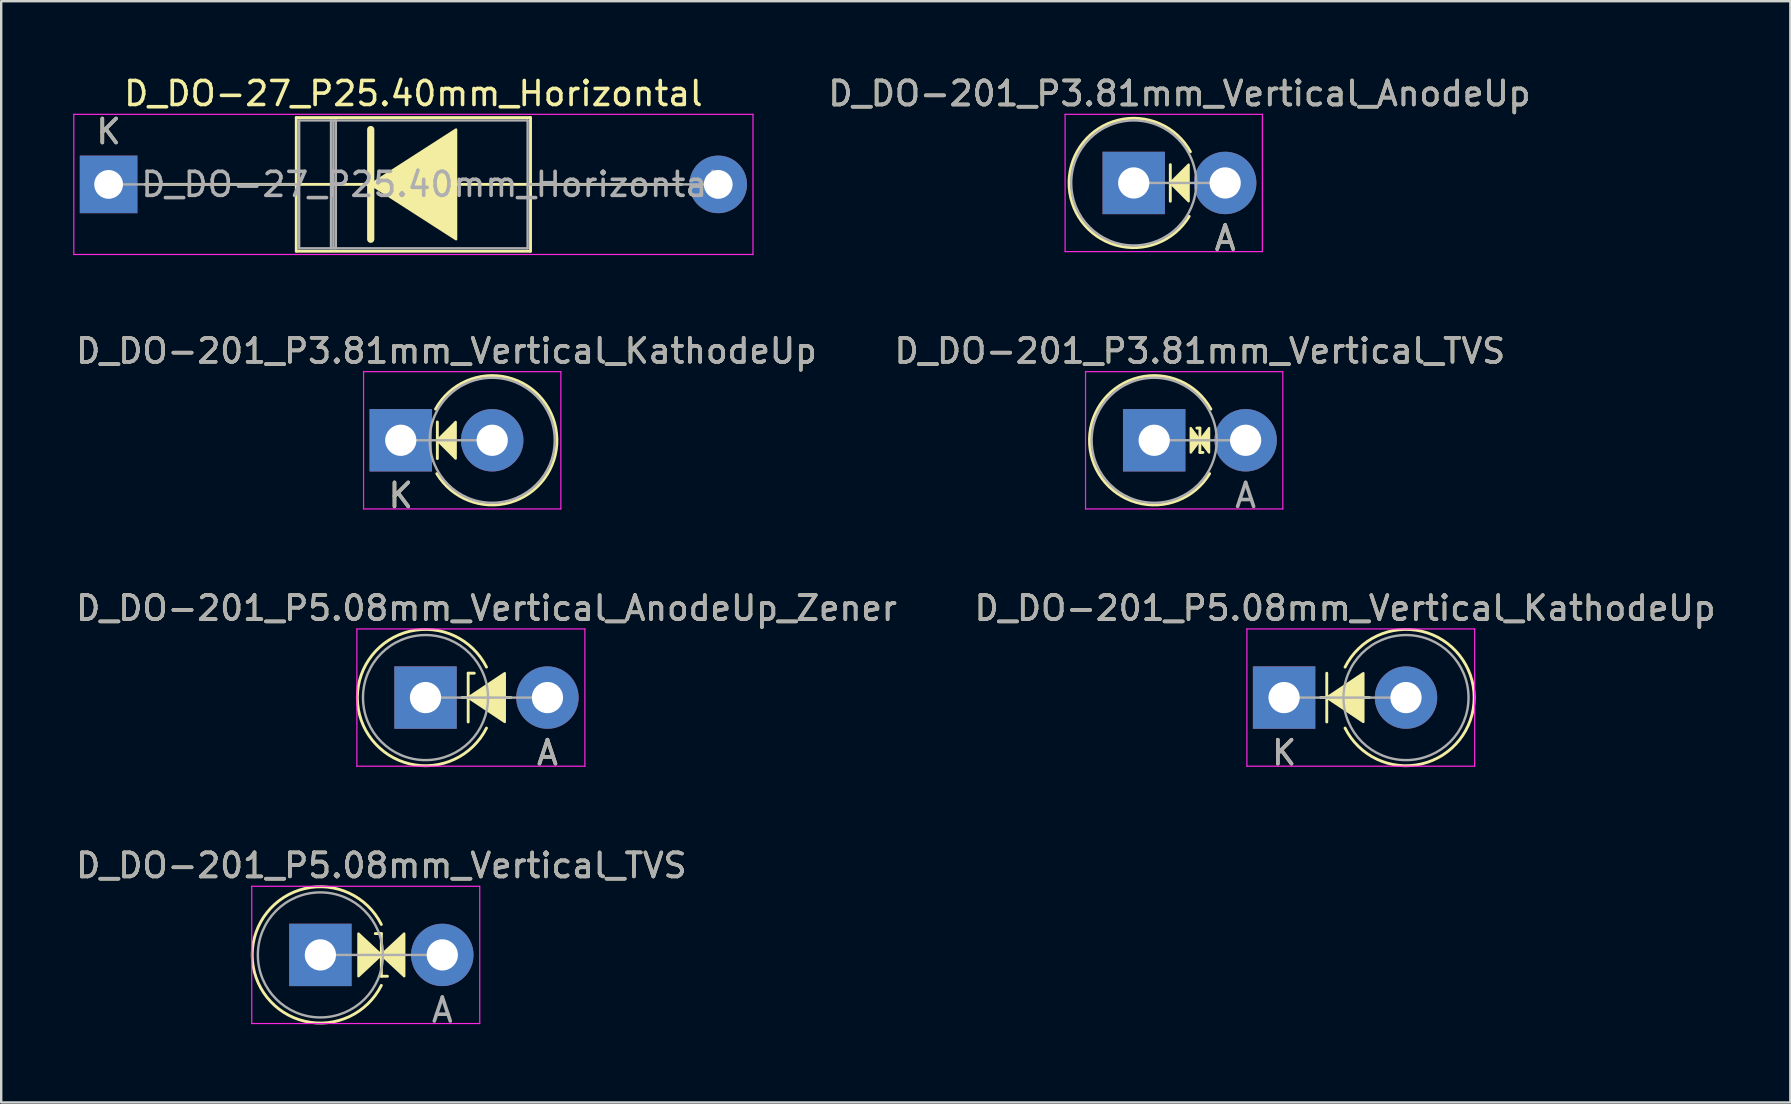
<source format=kicad_pcb>
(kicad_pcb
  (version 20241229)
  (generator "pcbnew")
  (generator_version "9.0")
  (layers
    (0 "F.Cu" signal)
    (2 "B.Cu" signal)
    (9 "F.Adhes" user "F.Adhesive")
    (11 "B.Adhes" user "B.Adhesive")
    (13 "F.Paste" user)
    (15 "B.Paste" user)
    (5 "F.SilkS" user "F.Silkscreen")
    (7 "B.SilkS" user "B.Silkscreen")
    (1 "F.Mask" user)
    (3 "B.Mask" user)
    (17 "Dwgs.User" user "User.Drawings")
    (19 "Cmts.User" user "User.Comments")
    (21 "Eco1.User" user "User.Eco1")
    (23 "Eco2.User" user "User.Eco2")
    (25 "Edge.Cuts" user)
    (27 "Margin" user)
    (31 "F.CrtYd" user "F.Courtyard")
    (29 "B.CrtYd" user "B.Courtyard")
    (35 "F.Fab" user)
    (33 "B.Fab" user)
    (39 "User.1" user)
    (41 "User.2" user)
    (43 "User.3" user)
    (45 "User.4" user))
  (footprint "D_DO-201_P3.81mm_Vertical_KathodeUp"
    (layer "F.Cu")
    (at 13.649 15.295)
    (property "Reference" "D_DO-201_P3.81mm_Vertical_KathodeUp" (at 1.905 -3.725 0) (layer "F.SilkS") (effects (font (size 1 1) (thickness 0.15))))
    (attr through_hole)
    (fp_line (start 1.524 -0.762) (end 1.524 0.762) (stroke (width 0.12) (type solid)) (layer "F.SilkS"))
    (fp_arc (start 1.448639 -1.3) (mid 6.505054 -0.052035) (end 1.50058 1.390181) (stroke (width 0.12) (type solid)) (layer "F.SilkS"))
    (fp_poly (pts (xy 2.286 0.762) (xy 1.524 0) (xy 2.286 -0.762)) (stroke (width 0.1) (type solid)) (fill yes) (layer "F.SilkS"))
    (fp_line (start -1.55 -2.86) (end -1.55 2.86) (stroke (width 0.05) (type solid)) (layer "F.CrtYd"))
    (fp_line (start -1.55 2.86) (end 6.67 2.86) (stroke (width 0.05) (type solid)) (layer "F.CrtYd"))
    (fp_line (start 6.67 -2.86) (end -1.55 -2.86) (stroke (width 0.05) (type solid)) (layer "F.CrtYd"))
    (fp_line (start 6.67 2.86) (end 6.67 -2.86) (stroke (width 0.05) (type solid)) (layer "F.CrtYd"))
    (fp_line (start 0 0) (end 3.81 0) (stroke (width 0.1) (type solid)) (layer "F.Fab"))
    (fp_circle (center 3.81 0) (end 6.415 0) (stroke (width 0.1) (type solid)) (fill no) (layer "F.Fab"))
    (fp_text user "K" (at 0 2.3 0) (layer "F.SilkS") (effects (font (size 1 1) (thickness 0.15))))
    (fp_text user "K" (at 0 2.3 0) (layer "F.Fab") (effects (font (size 1 1) (thickness 0.15))))
    (fp_text user "${REFERENCE}" (at 1.905 -3.725 0) (layer "F.Fab") (effects (font (size 1 1) (thickness 0.15))))
    (pad "1" thru_hole rect (at 0 0) (size 2.6 2.6) (drill 1.3) (layers "*.Cu" "*.Mask"))
    (pad "2" thru_hole oval (at 3.81 0) (size 2.6 2.6) (drill 1.3) (layers "*.Cu" "*.Mask")))
  (footprint "D_DO-201_P3.81mm_Vertical_AnodeUp"
    (layer "F.Cu")
    (at 44.189 4.573)
    (property "Reference" "D_DO-201_P3.81mm_Vertical_AnodeUp" (at 1.905 -3.725 0) (layer "F.SilkS") (effects (font (size 1 1) (thickness 0.15))))
    (attr through_hole)
    (fp_line (start 1.524 -0.762) (end 1.524 0.762) (stroke (width 0.12) (type solid)) (layer "F.SilkS"))
    (fp_arc (start 2.30942 1.390181) (mid -2.695054 -0.052035) (end 2.361361 -1.3) (stroke (width 0.12) (type solid)) (layer "F.SilkS"))
    (fp_poly (pts (xy 2.286 0.762) (xy 1.524 0) (xy 2.286 -0.762)) (stroke (width 0.1) (type solid)) (fill yes) (layer "F.SilkS"))
    (fp_line (start -2.86 -2.86) (end -2.86 2.86) (stroke (width 0.05) (type solid)) (layer "F.CrtYd"))
    (fp_line (start -2.86 2.86) (end 5.36 2.86) (stroke (width 0.05) (type solid)) (layer "F.CrtYd"))
    (fp_line (start 5.36 -2.86) (end -2.86 -2.86) (stroke (width 0.05) (type solid)) (layer "F.CrtYd"))
    (fp_line (start 5.36 2.86) (end 5.36 -2.86) (stroke (width 0.05) (type solid)) (layer "F.CrtYd"))
    (fp_line (start 0 0) (end 3.81 0) (stroke (width 0.1) (type solid)) (layer "F.Fab"))
    (fp_circle (center 0 0) (end 2.605 0) (stroke (width 0.1) (type solid)) (fill no) (layer "F.Fab"))
    (fp_text user "A" (at 3.81 2.3 0) (layer "F.SilkS") (effects (font (size 1 1) (thickness 0.15))))
    (fp_text user "A" (at 3.81 2.3 0) (layer "F.Fab") (effects (font (size 1 1) (thickness 0.15))))
    (fp_text user "${REFERENCE}" (at 1.905 -3.725 0) (layer "F.Fab") (effects (font (size 1 1) (thickness 0.15))))
    (pad "1" thru_hole rect (at 0 0) (size 2.6 2.6) (drill 1.3) (layers "*.Cu" "*.Mask"))
    (pad "2" thru_hole oval (at 3.81 0) (size 2.6 2.6) (drill 1.3) (layers "*.Cu" "*.Mask")))
  (footprint "D_DO-201_P5.08mm_Vertical_KathodeUp"
    (layer "F.Cu")
    (at 50.454 26.016)
    (property "Reference" "D_DO-201_P5.08mm_Vertical_KathodeUp" (at 2.54 -3.725 0) (layer "F.SilkS") (effects (font (size 1 1) (thickness 0.15))))
    (attr through_hole)
    (fp_line (start 1.524 0) (end 3.556 0) (stroke (width 0.12) (type solid)) (layer "F.SilkS"))
    (fp_line (start 1.778 1.016) (end 1.778 -1.016) (stroke (width 0.12) (type solid)) (layer "F.SilkS"))
    (fp_arc (start 2.539999 -1.269999) (mid 7.919803 0.000001) (end 2.539999 1.27) (stroke (width 0.12) (type solid)) (layer "F.SilkS"))
    (fp_poly (pts (xy 3.302 1.016) (xy 1.778 0) (xy 3.302 -1.016)) (stroke (width 0.1) (type solid)) (fill yes) (layer "F.SilkS"))
    (fp_line (start -1.55 -2.86) (end -1.55 2.86) (stroke (width 0.05) (type solid)) (layer "F.CrtYd"))
    (fp_line (start -1.55 2.86) (end 7.94 2.86) (stroke (width 0.05) (type solid)) (layer "F.CrtYd"))
    (fp_line (start 7.94 -2.86) (end -1.55 -2.86) (stroke (width 0.05) (type solid)) (layer "F.CrtYd"))
    (fp_line (start 7.94 2.86) (end 7.94 -2.86) (stroke (width 0.05) (type solid)) (layer "F.CrtYd"))
    (fp_line (start 0 0) (end 5.08 0) (stroke (width 0.1) (type solid)) (layer "F.Fab"))
    (fp_circle (center 5.08 0) (end 7.685 0) (stroke (width 0.1) (type solid)) (fill no) (layer "F.Fab"))
    (fp_text user "K" (at 0 2.3 0) (layer "F.SilkS") (effects (font (size 1 1) (thickness 0.15))))
    (fp_text user "${REFERENCE}" (at 2.54 -3.725 0) (layer "F.Fab") (effects (font (size 1 1) (thickness 0.15))))
    (fp_text user "K" (at 0 2.3 0) (layer "F.Fab") (effects (font (size 1 1) (thickness 0.15))))
    (pad "1" thru_hole rect (at 0 0) (size 2.6 2.6) (drill 1.3) (layers "*.Cu" "*.Mask"))
    (pad "2" thru_hole oval (at 5.08 0) (size 2.6 2.6) (drill 1.3) (layers "*.Cu" "*.Mask")))
  (footprint "D_DO-201_P5.08mm_Vertical_TVS"
    (layer "F.Cu")
    (at 10.299 36.738)
    (property "Reference" "D_DO-201_P5.08mm_Vertical_TVS" (at 2.54 -3.725 0) (layer "F.SilkS") (effects (font (size 1 1) (thickness 0.15))))
    (attr through_hole)
    (fp_line (start 2.54 -0.889) (end 2.286 -0.889) (stroke (width 0.12) (type solid)) (layer "F.SilkS"))
    (fp_line (start 2.54 -0.889) (end 2.54 0.889) (stroke (width 0.12) (type solid)) (layer "F.SilkS"))
    (fp_line (start 2.54 0.889) (end 2.794 0.889) (stroke (width 0.12) (type solid)) (layer "F.SilkS"))
    (fp_arc (start 2.539999 1.27) (mid -2.839805 0) (end 2.539999 -1.269999) (stroke (width 0.12) (type solid)) (layer "F.SilkS"))
    (fp_poly (pts (xy 1.587 -0.889) (xy 2.54 0) (xy 1.587 0.889)) (stroke (width 0.1) (type solid)) (fill yes) (layer "F.SilkS"))
    (fp_poly (pts (xy 3.493 0.889) (xy 2.54 0) (xy 3.493 -0.889)) (stroke (width 0.1) (type solid)) (fill yes) (layer "F.SilkS"))
    (fp_line (start -2.86 -2.86) (end -2.86 2.86) (stroke (width 0.05) (type solid)) (layer "F.CrtYd"))
    (fp_line (start -2.86 2.86) (end 6.64 2.86) (stroke (width 0.05) (type solid)) (layer "F.CrtYd"))
    (fp_line (start 6.64 -2.86) (end -2.86 -2.86) (stroke (width 0.05) (type solid)) (layer "F.CrtYd"))
    (fp_line (start 6.64 2.86) (end 6.64 -2.86) (stroke (width 0.05) (type solid)) (layer "F.CrtYd"))
    (fp_line (start 0 0) (end 5.08 0) (stroke (width 0.1) (type solid)) (layer "F.Fab"))
    (fp_circle (center 0 0) (end 2.605 0) (stroke (width 0.1) (type solid)) (fill no) (layer "F.Fab"))
    (fp_text user "${REFERENCE}" (at 2.54 -3.725 0) (layer "F.Fab") (effects (font (size 1 1) (thickness 0.15))))
    (fp_text user "A" (at 5.08 2.3 0) (layer "F.Fab") (effects (font (size 1 1) (thickness 0.15))))
    (pad "1" thru_hole rect (at 0 0) (size 2.6 2.6) (drill 1.3) (layers "*.Cu" "*.Mask"))
    (pad "2" thru_hole oval (at 5.08 0) (size 2.6 2.6) (drill 1.3) (layers "*.Cu" "*.Mask")))
  (footprint "D_DO-27_P25.40mm_Horizontal"
    (layer "F.Cu")
    (at 1.475 4.633)
    (property "Reference" "D_DO-27_P25.40mm_Horizontal" (at 12.7 -3.785 0) (layer "F.SilkS") (effects (font (size 1 1) (thickness 0.15))))
    (attr through_hole)
    (fp_line (start 1.524 0) (end 7.82 0) (stroke (width 0.12) (type solid)) (layer "F.SilkS"))
    (fp_line (start 7.82 -2.785) (end 7.82 2.785) (stroke (width 0.12) (type solid)) (layer "F.SilkS"))
    (fp_line (start 7.82 2.785) (end 17.58 2.785) (stroke (width 0.12) (type solid)) (layer "F.SilkS"))
    (fp_line (start 10.922 -2.286) (end 10.922 2.286) (stroke (width 0.3) (type solid)) (layer "F.SilkS"))
    (fp_line (start 10.922 0) (end 7.82 0) (stroke (width 0.12) (type solid)) (layer "F.SilkS"))
    (fp_line (start 14.351 0) (end 17.58 0) (stroke (width 0.12) (type solid)) (layer "F.SilkS"))
    (fp_line (start 17.58 -2.785) (end 7.82 -2.785) (stroke (width 0.12) (type solid)) (layer "F.SilkS"))
    (fp_line (start 17.58 2.785) (end 17.58 -2.785) (stroke (width 0.12) (type solid)) (layer "F.SilkS"))
    (fp_line (start 23.876 0) (end 17.58 0) (stroke (width 0.12) (type solid)) (layer "F.SilkS"))
    (fp_poly (pts (xy 14.478 2.286) (xy 10.922 0) (xy 14.478 -2.286)) (stroke (width 0.1) (type solid)) (fill yes) (layer "F.SilkS"))
    (fp_line (start -1.45 -2.92) (end -1.45 2.92) (stroke (width 0.05) (type solid)) (layer "F.CrtYd"))
    (fp_line (start -1.45 2.92) (end 26.85 2.92) (stroke (width 0.05) (type solid)) (layer "F.CrtYd"))
    (fp_line (start 26.85 -2.92) (end -1.45 -2.92) (stroke (width 0.05) (type solid)) (layer "F.CrtYd"))
    (fp_line (start 26.85 2.92) (end 26.85 -2.92) (stroke (width 0.05) (type solid)) (layer "F.CrtYd"))
    (fp_line (start 0 0) (end 7.94 0) (stroke (width 0.1) (type solid)) (layer "F.Fab"))
    (fp_line (start 7.94 -2.665) (end 7.94 2.665) (stroke (width 0.1) (type solid)) (layer "F.Fab"))
    (fp_line (start 7.94 2.665) (end 17.46 2.665) (stroke (width 0.1) (type solid)) (layer "F.Fab"))
    (fp_line (start 9.268 -2.665) (end 9.268 2.665) (stroke (width 0.1) (type solid)) (layer "F.Fab"))
    (fp_line (start 9.368 -2.665) (end 9.368 2.665) (stroke (width 0.1) (type solid)) (layer "F.Fab"))
    (fp_line (start 9.468 -2.665) (end 9.468 2.665) (stroke (width 0.1) (type solid)) (layer "F.Fab"))
    (fp_line (start 17.46 -2.665) (end 7.94 -2.665) (stroke (width 0.1) (type solid)) (layer "F.Fab"))
    (fp_line (start 17.46 2.665) (end 17.46 -2.665) (stroke (width 0.1) (type solid)) (layer "F.Fab"))
    (fp_line (start 25.4 0) (end 17.46 0) (stroke (width 0.1) (type solid)) (layer "F.Fab"))
    (fp_text user "K" (at 0 -2.2 0) (layer "F.SilkS") (effects (font (size 1 1) (thickness 0.15))))
    (fp_text user "K" (at 0 -2.2 0) (layer "F.Fab") (effects (font (size 1 1) (thickness 0.15))))
    (fp_text user "${REFERENCE}" (at 13.414 0 0) (layer "F.Fab") (effects (font (size 1 1) (thickness 0.15))))
    (pad "1" thru_hole rect (at 0 0) (size 2.4 2.4) (drill 1.2) (layers "*.Cu" "*.Mask"))
    (pad "2" thru_hole oval (at 25.4 0) (size 2.4 2.4) (drill 1.2) (layers "*.Cu" "*.Mask")))
  (footprint "D_DO-201_P5.08mm_Vertical_AnodeUp_Zener"
    (layer "F.Cu")
    (at 14.68 26.016)
    (property "Reference" "D_DO-201_P5.08mm_Vertical_AnodeUp_Zener" (at 2.54 -3.725 0) (layer "F.SilkS") (effects (font (size 1 1) (thickness 0.15))))
    (attr through_hole)
    (fp_line (start 1.524 0) (end 3.556 0) (stroke (width 0.12) (type solid)) (layer "F.SilkS"))
    (fp_line (start 1.778 -1.016) (end 2.032 -1.016) (stroke (width 0.12) (type solid)) (layer "F.SilkS"))
    (fp_line (start 1.778 1.016) (end 1.778 -1.016) (stroke (width 0.12) (type solid)) (layer "F.SilkS"))
    (fp_arc (start 2.539999 1.27) (mid -2.839805 0) (end 2.539999 -1.269999) (stroke (width 0.12) (type solid)) (layer "F.SilkS"))
    (fp_poly (pts (xy 3.302 1.016) (xy 1.778 0) (xy 3.302 -1.016)) (stroke (width 0.1) (type solid)) (fill yes) (layer "F.SilkS"))
    (fp_line (start -2.86 -2.86) (end -2.86 2.86) (stroke (width 0.05) (type solid)) (layer "F.CrtYd"))
    (fp_line (start -2.86 2.86) (end 6.64 2.86) (stroke (width 0.05) (type solid)) (layer "F.CrtYd"))
    (fp_line (start 6.64 -2.86) (end -2.86 -2.86) (stroke (width 0.05) (type solid)) (layer "F.CrtYd"))
    (fp_line (start 6.64 2.86) (end 6.64 -2.86) (stroke (width 0.05) (type solid)) (layer "F.CrtYd"))
    (fp_line (start 0 0) (end 5.08 0) (stroke (width 0.1) (type solid)) (layer "F.Fab"))
    (fp_circle (center 0 0) (end 2.605 0) (stroke (width 0.1) (type solid)) (fill no) (layer "F.Fab"))
    (fp_text user "A" (at 5.08 2.3 0) (layer "F.SilkS") (effects (font (size 1 1) (thickness 0.15))))
    (fp_text user "${REFERENCE}" (at 2.54 -3.725 0) (layer "F.Fab") (effects (font (size 1 1) (thickness 0.15))))
    (fp_text user "A" (at 5.08 2.3 0) (layer "F.Fab") (effects (font (size 1 1) (thickness 0.15))))
    (pad "1" thru_hole rect (at 0 0) (size 2.6 2.6) (drill 1.3) (layers "*.Cu" "*.Mask"))
    (pad "2" thru_hole oval (at 5.08 0) (size 2.6 2.6) (drill 1.3) (layers "*.Cu" "*.Mask")))
  (footprint "D_DO-201_P3.81mm_Vertical_TVS"
    (layer "F.Cu")
    (at 45.041 15.295)
    (property "Reference" "D_DO-201_P3.81mm_Vertical_TVS" (at 1.905 -3.725 0) (layer "F.SilkS") (effects (font (size 1 1) (thickness 0.15))))
    (attr through_hole)
    (fp_line (start 1.778 -0.508) (end 1.905 -0.508) (stroke (width 0.12) (type solid)) (layer "F.SilkS"))
    (fp_line (start 1.905 -0.508) (end 1.905 0.508) (stroke (width 0.12) (type solid)) (layer "F.SilkS"))
    (fp_line (start 1.905 0.508) (end 2.032 0.508) (stroke (width 0.12) (type solid)) (layer "F.SilkS"))
    (fp_arc (start 2.30942 1.390181) (mid -2.695054 -0.052035) (end 2.361361 -1.3) (stroke (width 0.12) (type solid)) (layer "F.SilkS"))
    (fp_poly (pts (xy 1.524 -0.508) (xy 1.905 0) (xy 1.524 0.508)) (stroke (width 0.1) (type solid)) (fill yes) (layer "F.SilkS"))
    (fp_poly (pts (xy 2.286 0.508) (xy 1.905 0) (xy 2.286 -0.508)) (stroke (width 0.1) (type solid)) (fill yes) (layer "F.SilkS"))
    (fp_line (start -2.86 -2.86) (end -2.86 2.86) (stroke (width 0.05) (type solid)) (layer "F.CrtYd"))
    (fp_line (start -2.86 2.86) (end 5.36 2.86) (stroke (width 0.05) (type solid)) (layer "F.CrtYd"))
    (fp_line (start 5.36 -2.86) (end -2.86 -2.86) (stroke (width 0.05) (type solid)) (layer "F.CrtYd"))
    (fp_line (start 5.36 2.86) (end 5.36 -2.86) (stroke (width 0.05) (type solid)) (layer "F.CrtYd"))
    (fp_line (start 0 0) (end 3.81 0) (stroke (width 0.1) (type solid)) (layer "F.Fab"))
    (fp_circle (center 0 0) (end 2.605 0) (stroke (width 0.1) (type solid)) (fill no) (layer "F.Fab"))
    (fp_text user "A" (at 3.81 2.3 0) (layer "F.Fab") (effects (font (size 1 1) (thickness 0.15))))
    (fp_text user "${REFERENCE}" (at 1.905 -3.725 0) (layer "F.Fab") (effects (font (size 1 1) (thickness 0.15))))
    (pad "1" thru_hole rect (at 0 0) (size 2.6 2.6) (drill 1.3) (layers "*.Cu" "*.Mask"))
    (pad "2" thru_hole oval (at 3.81 0) (size 2.6 2.6) (drill 1.3) (layers "*.Cu" "*.Mask")))
  (gr_rect
    (start -3 -3)
    (end 71.548 42.886)
    (stroke (width 0.1) (type default))
    (fill no)
    (layer "Edge.Cuts")))
</source>
